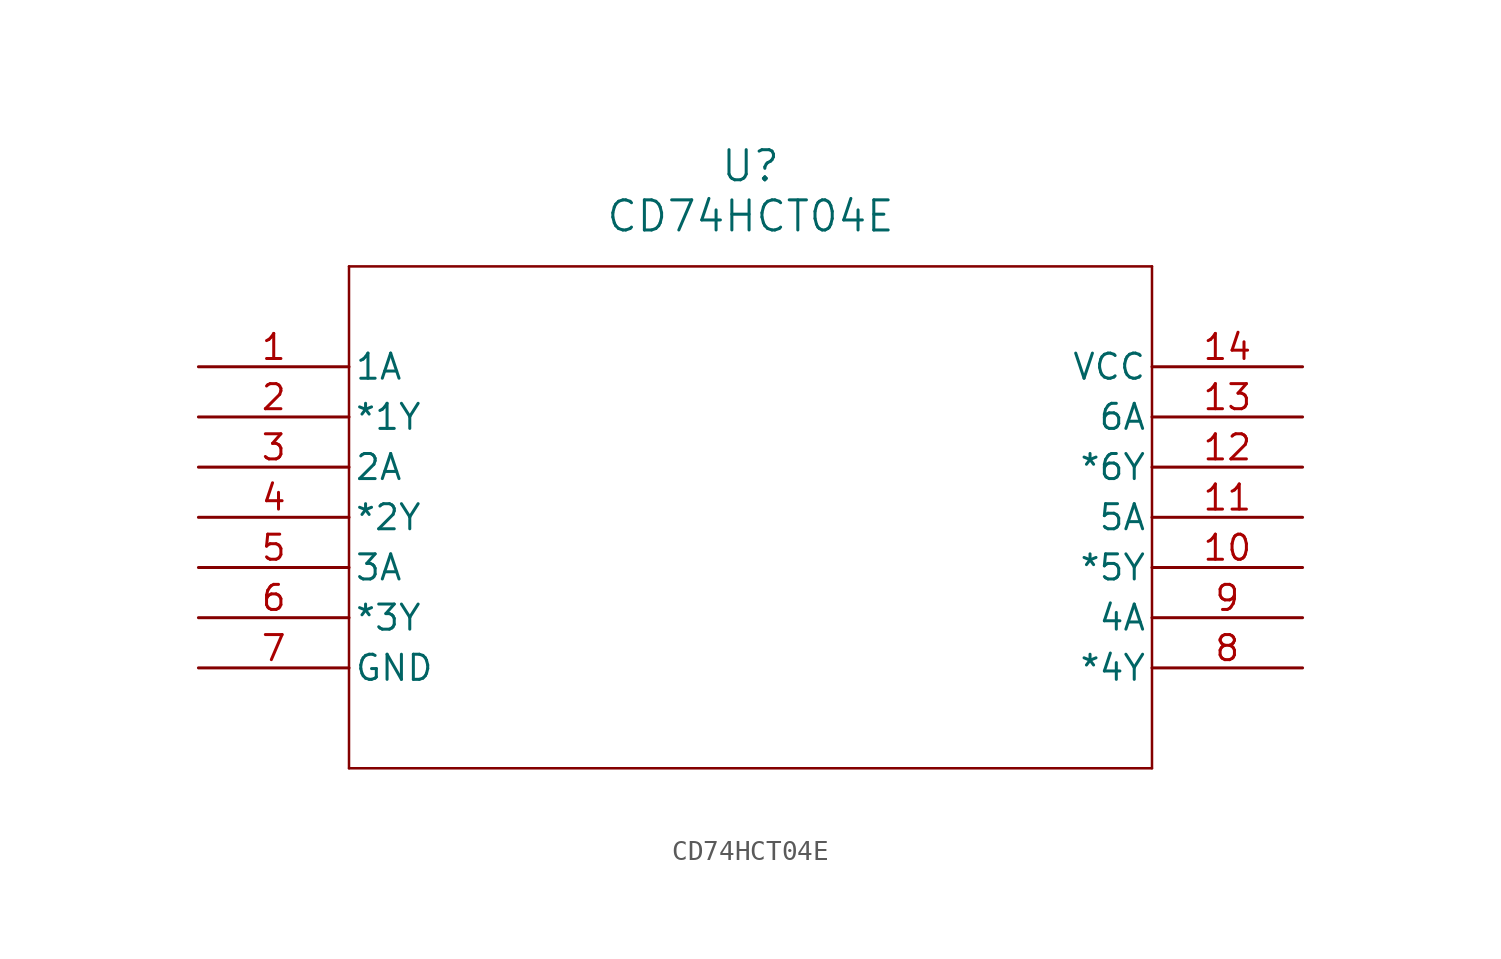
<source format=kicad_sym>
(kicad_symbol_lib
  (version 20211014)
  (generator kicad_symbol_editor)
  (symbol "CD74HCT04E"
    (pin_names
      (offset 0.254))
    (property "Reference" "U"
      (at 27.94 10.16 0)
      (effects (font (size 1.524 1.524))))
    (property "Value" "CD74HCT04E"
      (at 27.94 7.62 0)
      (effects (font (size 1.524 1.524))))
    (symbol "CD74HCT04E_0_1"
      (polyline (pts (xy 7.62 5.08) (xy 7.62 -20.32)) (stroke (width 0.127) (type default) (color 0 0 0 0)) (fill (type none)))
      (polyline (pts (xy 7.62 -20.32) (xy 48.26 -20.32)) (stroke (width 0.127) (type default) (color 0 0 0 0)) (fill (type none)))
      (polyline (pts (xy 48.26 -20.32) (xy 48.26 5.08)) (stroke (width 0.127) (type default) (color 0 0 0 0)) (fill (type none)))
      (polyline (pts (xy 48.26 5.08) (xy 7.62 5.08)) (stroke (width 0.127) (type default) (color 0 0 0 0)) (fill (type none)))
      (pin input line (at 0 0 0) (length 7.62) (name "1A" (effects (font (size 1.27 1.27)))) (number "1" (effects (font (size 1.27 1.27)))))
      (pin output line (at 0 -2.54 0) (length 7.62) (name "*1Y" (effects (font (size 1.27 1.27)))) (number "2" (effects (font (size 1.27 1.27)))))
      (pin input line (at 0 -5.08 0) (length 7.62) (name "2A" (effects (font (size 1.27 1.27)))) (number "3" (effects (font (size 1.27 1.27)))))
      (pin output line (at 0 -7.62 0) (length 7.62) (name "*2Y" (effects (font (size 1.27 1.27)))) (number "4" (effects (font (size 1.27 1.27)))))
      (pin input line (at 0 -10.16 0) (length 7.62) (name "3A" (effects (font (size 1.27 1.27)))) (number "5" (effects (font (size 1.27 1.27)))))
      (pin output line (at 0 -12.7 0) (length 7.62) (name "*3Y" (effects (font (size 1.27 1.27)))) (number "6" (effects (font (size 1.27 1.27)))))
      (pin power_in line (at 0 -15.24 0) (length 7.62) (name "GND" (effects (font (size 1.27 1.27)))) (number "7" (effects (font (size 1.27 1.27)))))
      (pin output line (at 55.88 -15.24 180) (length 7.62) (name "*4Y" (effects (font (size 1.27 1.27)))) (number "8" (effects (font (size 1.27 1.27)))))
      (pin input line (at 55.88 -12.7 180) (length 7.62) (name "4A" (effects (font (size 1.27 1.27)))) (number "9" (effects (font (size 1.27 1.27)))))
      (pin output line (at 55.88 -10.16 180) (length 7.62) (name "*5Y" (effects (font (size 1.27 1.27)))) (number "10" (effects (font (size 1.27 1.27)))))
      (pin input line (at 55.88 -7.62 180) (length 7.62) (name "5A" (effects (font (size 1.27 1.27)))) (number "11" (effects (font (size 1.27 1.27)))))
      (pin output line (at 55.88 -5.08 180) (length 7.62) (name "*6Y" (effects (font (size 1.27 1.27)))) (number "12" (effects (font (size 1.27 1.27)))))
      (pin input line (at 55.88 -2.54 180) (length 7.62) (name "6A" (effects (font (size 1.27 1.27)))) (number "13" (effects (font (size 1.27 1.27)))))
      (pin power_in line (at 55.88 0 180) (length 7.62) (name "VCC" (effects (font (size 1.27 1.27)))) (number "14" (effects (font (size 1.27 1.27))))))))
</source>
